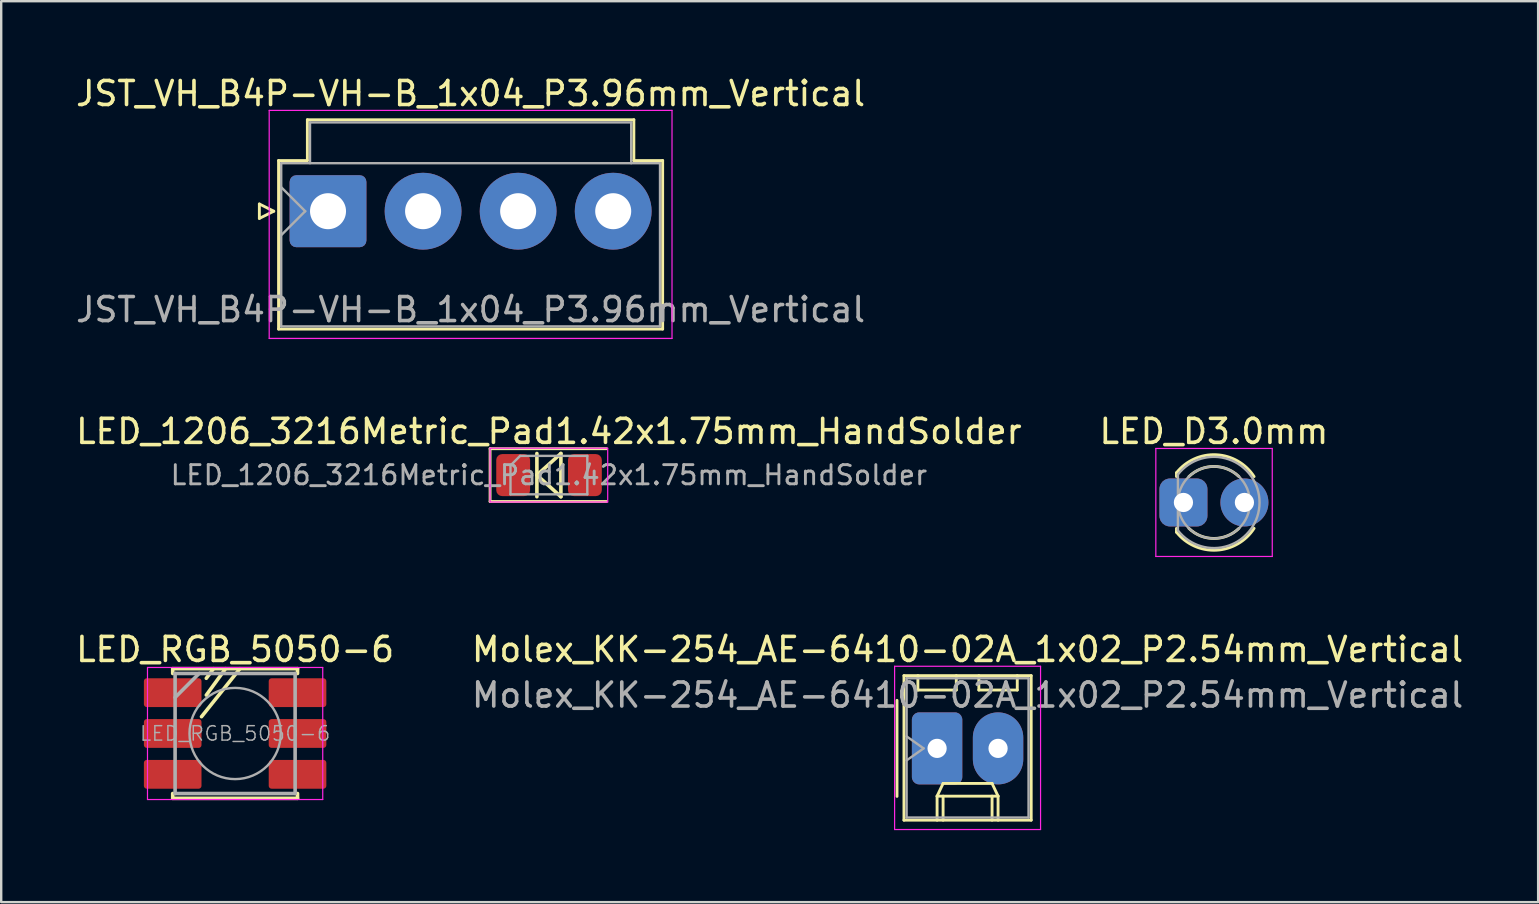
<source format=kicad_pcb>
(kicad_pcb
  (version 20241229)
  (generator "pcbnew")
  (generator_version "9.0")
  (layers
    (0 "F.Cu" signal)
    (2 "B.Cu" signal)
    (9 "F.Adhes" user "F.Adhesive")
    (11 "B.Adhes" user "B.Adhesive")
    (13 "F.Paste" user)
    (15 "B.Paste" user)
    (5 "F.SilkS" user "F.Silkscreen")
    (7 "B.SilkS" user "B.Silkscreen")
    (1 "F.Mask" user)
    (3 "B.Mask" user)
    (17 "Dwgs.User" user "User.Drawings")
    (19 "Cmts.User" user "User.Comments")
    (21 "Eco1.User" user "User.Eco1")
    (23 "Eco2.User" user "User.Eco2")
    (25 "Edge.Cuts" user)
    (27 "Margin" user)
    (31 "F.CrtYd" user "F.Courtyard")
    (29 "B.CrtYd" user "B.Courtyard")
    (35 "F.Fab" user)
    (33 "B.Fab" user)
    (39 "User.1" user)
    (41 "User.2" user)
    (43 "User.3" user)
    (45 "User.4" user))
  (footprint "LED_RGB_5050-6"
    (layer "F.Cu")
    (at 6.744 27.505)
    (property "Reference" "LED_RGB_5050-6" (at 0 -3.5 180) (layer "F.SilkS") (effects (font (size 1 1) (thickness 0.15))))
    (attr smd)
    (fp_line (start -2.6 -2.7) (end 2.6 -2.7) (stroke (width 0.15) (type solid)) (layer "F.SilkS"))
    (fp_line (start -2.6 -2.5) (end -2.6 -2.7) (stroke (width 0.15) (type solid)) (layer "F.SilkS"))
    (fp_line (start -2.6 2.7) (end -2.6 2.5) (stroke (width 0.15) (type solid)) (layer "F.SilkS"))
    (fp_line (start -0.9 -2.7) (end -1.2 -2.3) (stroke (width 0.15) (type solid)) (layer "F.SilkS"))
    (fp_line (start -0.4 -2.7) (end -1.2 -1.6) (stroke (width 0.15) (type solid)) (layer "F.SilkS"))
    (fp_line (start 0.2 -2.7) (end -1.4 -0.7) (stroke (width 0.15) (type solid)) (layer "F.SilkS"))
    (fp_line (start 2.6 -2.5) (end 2.6 -2.7) (stroke (width 0.15) (type solid)) (layer "F.SilkS"))
    (fp_line (start 2.6 2.7) (end -2.6 2.7) (stroke (width 0.15) (type solid)) (layer "F.SilkS"))
    (fp_line (start 2.6 2.7) (end 2.6 2.5) (stroke (width 0.15) (type solid)) (layer "F.SilkS"))
    (fp_line (start -3.65 -2.75) (end -3.65 2.75) (stroke (width 0.05) (type solid)) (layer "F.CrtYd"))
    (fp_line (start -3.65 2.75) (end 3.65 2.75) (stroke (width 0.05) (type solid)) (layer "F.CrtYd"))
    (fp_line (start 3.65 -2.75) (end -3.65 -2.75) (stroke (width 0.05) (type solid)) (layer "F.CrtYd"))
    (fp_line (start 3.65 2.75) (end 3.65 -2.75) (stroke (width 0.05) (type solid)) (layer "F.CrtYd"))
    (fp_line (start -2.5 -2.5) (end -2.5 2.5) (stroke (width 0.15) (type solid)) (layer "F.Fab"))
    (fp_line (start -2.5 -1.5) (end -1.5 -2.5) (stroke (width 0.15) (type solid)) (layer "F.Fab"))
    (fp_line (start -2.5 2.5) (end 2.5 2.5) (stroke (width 0.15) (type solid)) (layer "F.Fab"))
    (fp_line (start 2.5 -2.5) (end -2.5 -2.5) (stroke (width 0.15) (type solid)) (layer "F.Fab"))
    (fp_line (start 2.5 2.5) (end 2.5 -2.5) (stroke (width 0.15) (type solid)) (layer "F.Fab"))
    (fp_circle (center 0 0) (end 0 -1.9) (stroke (width 0.1) (type solid)) (fill no) (layer "F.Fab"))
    (fp_text user "${REFERENCE}" (at 0 0 0) (layer "F.Fab") (effects (font (size 0.6 0.6) (thickness 0.06))))
    (pad "1" smd roundrect (at -2.6 -1.7 90) (size 1.2 2.4) (layers "F.Cu" "F.Mask" "F.Paste") (roundrect_rratio 0.1))
    (pad "2" smd roundrect (at -2.6 0 90) (size 1.2 2.4) (layers "F.Cu" "F.Mask" "F.Paste") (roundrect_rratio 0.1))
    (pad "3" smd roundrect (at -2.6 1.7 90) (size 1.2 2.4) (layers "F.Cu" "F.Mask" "F.Paste") (roundrect_rratio 0.1))
    (pad "4" smd roundrect (at 2.6 1.7 90) (size 1.2 2.4) (layers "F.Cu" "F.Mask" "F.Paste") (roundrect_rratio 0.1))
    (pad "5" smd roundrect (at 2.6 0 90) (size 1.2 2.4) (layers "F.Cu" "F.Mask" "F.Paste") (roundrect_rratio 0.1))
    (pad "6" smd roundrect (at 2.6 -1.7 90) (size 1.2 2.4) (layers "F.Cu" "F.Mask" "F.Paste") (roundrect_rratio 0.1)))
  (footprint "Molex_KK-254_AE-6410-02A_1x02_P2.54mm_Vertical"
    (layer "F.Cu")
    (at 35.986 28.125)
    (property "Reference" "Molex_KK-254_AE-6410-02A_1x02_P2.54mm_Vertical" (at 1.27 -4.12 0) (layer "F.SilkS") (effects (font (size 1 1) (thickness 0.15))))
    (attr through_hole)
    (fp_line (start -1.67 -2) (end -1.67 2) (stroke (width 0.12) (type solid)) (layer "F.SilkS"))
    (fp_line (start -1.38 -3.03) (end -1.38 2.99) (stroke (width 0.12) (type solid)) (layer "F.SilkS"))
    (fp_line (start -1.38 2.99) (end 3.92 2.99) (stroke (width 0.12) (type solid)) (layer "F.SilkS"))
    (fp_line (start -0.8 -3.03) (end -0.8 -2.43) (stroke (width 0.12) (type solid)) (layer "F.SilkS"))
    (fp_line (start -0.8 -2.43) (end 0.8 -2.43) (stroke (width 0.12) (type solid)) (layer "F.SilkS"))
    (fp_line (start 0 1.99) (end 0.25 1.46) (stroke (width 0.12) (type solid)) (layer "F.SilkS"))
    (fp_line (start 0 1.99) (end 2.54 1.99) (stroke (width 0.12) (type solid)) (layer "F.SilkS"))
    (fp_line (start 0 2.99) (end 0 1.99) (stroke (width 0.12) (type solid)) (layer "F.SilkS"))
    (fp_line (start 0.25 1.46) (end 2.29 1.46) (stroke (width 0.12) (type solid)) (layer "F.SilkS"))
    (fp_line (start 0.25 2.99) (end 0.25 1.99) (stroke (width 0.12) (type solid)) (layer "F.SilkS"))
    (fp_line (start 0.8 -2.43) (end 0.8 -3.03) (stroke (width 0.12) (type solid)) (layer "F.SilkS"))
    (fp_line (start 1.74 -3.03) (end 1.74 -2.43) (stroke (width 0.12) (type solid)) (layer "F.SilkS"))
    (fp_line (start 1.74 -2.43) (end 3.34 -2.43) (stroke (width 0.12) (type solid)) (layer "F.SilkS"))
    (fp_line (start 2.29 1.46) (end 2.54 1.99) (stroke (width 0.12) (type solid)) (layer "F.SilkS"))
    (fp_line (start 2.29 2.99) (end 2.29 1.99) (stroke (width 0.12) (type solid)) (layer "F.SilkS"))
    (fp_line (start 2.54 1.99) (end 2.54 2.99) (stroke (width 0.12) (type solid)) (layer "F.SilkS"))
    (fp_line (start 3.34 -2.43) (end 3.34 -3.03) (stroke (width 0.12) (type solid)) (layer "F.SilkS"))
    (fp_line (start 3.92 -3.03) (end -1.38 -3.03) (stroke (width 0.12) (type solid)) (layer "F.SilkS"))
    (fp_line (start 3.92 2.99) (end 3.92 -3.03) (stroke (width 0.12) (type solid)) (layer "F.SilkS"))
    (fp_line (start -1.77 -3.42) (end -1.77 3.38) (stroke (width 0.05) (type solid)) (layer "F.CrtYd"))
    (fp_line (start -1.77 3.38) (end 4.31 3.38) (stroke (width 0.05) (type solid)) (layer "F.CrtYd"))
    (fp_line (start 4.31 -3.42) (end -1.77 -3.42) (stroke (width 0.05) (type solid)) (layer "F.CrtYd"))
    (fp_line (start 4.31 3.38) (end 4.31 -3.42) (stroke (width 0.05) (type solid)) (layer "F.CrtYd"))
    (fp_line (start -1.27 -2.92) (end -1.27 2.88) (stroke (width 0.1) (type solid)) (layer "F.Fab"))
    (fp_line (start -1.27 -0.5) (end -0.563 0) (stroke (width 0.1) (type solid)) (layer "F.Fab"))
    (fp_line (start -1.27 2.88) (end 3.81 2.88) (stroke (width 0.1) (type solid)) (layer "F.Fab"))
    (fp_line (start -0.563 0) (end -1.27 0.5) (stroke (width 0.1) (type solid)) (layer "F.Fab"))
    (fp_line (start 3.81 -2.92) (end -1.27 -2.92) (stroke (width 0.1) (type solid)) (layer "F.Fab"))
    (fp_line (start 3.81 2.88) (end 3.81 -2.92) (stroke (width 0.1) (type solid)) (layer "F.Fab"))
    (fp_text user "${REFERENCE}" (at 1.27 -2.22 0) (layer "F.Fab") (effects (font (size 1 1) (thickness 0.15))))
    (pad "1" thru_hole roundrect (at 0 0) (size 2.1 3) (drill 0.8) (layers "*.Cu" "*.Mask") (roundrect_rratio 0.144))
    (pad "2" thru_hole oval (at 2.54 0) (size 2.1 3) (drill 0.8) (layers "*.Cu" "*.Mask")))
  (footprint "LED_D3.0mm"
    (layer "F.Cu")
    (at 46.248 17.881)
    (property "Reference" "LED_D3.0mm" (at 1.27 -2.96 0) (layer "F.SilkS") (effects (font (size 1 1) (thickness 0.15))))
    (attr through_hole)
    (fp_line (start -0.29 -1.236) (end -0.29 -1.08) (stroke (width 0.12) (type solid)) (layer "F.SilkS"))
    (fp_line (start -0.29 1.08) (end -0.29 1.236) (stroke (width 0.12) (type solid)) (layer "F.SilkS"))
    (fp_arc (start -0.29 -1.235516) (mid 1.366487 -1.987659) (end 2.942335 -1.078608) (stroke (width 0.12) (type solid)) (layer "F.SilkS"))
    (fp_arc (start 0.229039 -1.08) (mid 1.270117 -1.5) (end 2.31113 -1.079837) (stroke (width 0.12) (type solid)) (layer "F.SilkS"))
    (fp_arc (start 2.31113 1.079837) (mid 1.270117 1.5) (end 0.229039 1.08) (stroke (width 0.12) (type solid)) (layer "F.SilkS"))
    (fp_arc (start 2.942335 1.078608) (mid 1.366487 1.987659) (end -0.29 1.235516) (stroke (width 0.12) (type solid)) (layer "F.SilkS"))
    (fp_line (start -1.15 -2.25) (end -1.15 2.25) (stroke (width 0.05) (type solid)) (layer "F.CrtYd"))
    (fp_line (start -1.15 2.25) (end 3.7 2.25) (stroke (width 0.05) (type solid)) (layer "F.CrtYd"))
    (fp_line (start 3.7 -2.25) (end -1.15 -2.25) (stroke (width 0.05) (type solid)) (layer "F.CrtYd"))
    (fp_line (start 3.7 2.25) (end 3.7 -2.25) (stroke (width 0.05) (type solid)) (layer "F.CrtYd"))
    (fp_line (start -0.23 -1.166) (end -0.23 1.166) (stroke (width 0.1) (type solid)) (layer "F.Fab"))
    (fp_arc (start -0.23 -1.16619) (mid 3.17 0.000452) (end -0.230555 1.165476) (stroke (width 0.1) (type solid)) (layer "F.Fab"))
    (fp_circle (center 1.27 0) (end 2.77 0) (stroke (width 0.1) (type solid)) (fill no) (layer "F.Fab"))
    (pad "A" thru_hole roundrect (at 0 0) (size 2 2) (drill 0.8) (layers "*.Cu" "*.Mask") (roundrect_rratio 0.22))
    (pad "K" thru_hole oval (at 2.54 0) (size 2 2) (drill 0.8) (layers "*.Cu" "*.Mask")))
  (footprint "JST_VH_B4P-VH-B_1x04_P3.96mm_Vertical"
    (layer "F.Cu")
    (at 16.574 5.848)
    (property "Reference" "JST_VH_B4P-VH-B_1x04_P3.96mm_Vertical" (at -0.02 -5 0) (layer "F.SilkS") (effects (font (size 1 1) (thickness 0.15))))
    (attr through_hole)
    (fp_line (start -8.82 -0.4) (end -8.22 -0.1) (stroke (width 0.12) (type solid)) (layer "F.SilkS"))
    (fp_line (start -8.82 0.2) (end -8.82 -0.4) (stroke (width 0.12) (type solid)) (layer "F.SilkS"))
    (fp_line (start -8.22 -0.1) (end -8.82 0.2) (stroke (width 0.12) (type solid)) (layer "F.SilkS"))
    (fp_line (start -8.02 -2.21) (end -6.82 -2.21) (stroke (width 0.12) (type solid)) (layer "F.SilkS"))
    (fp_line (start -8.02 4.81) (end -8.02 -2.21) (stroke (width 0.12) (type solid)) (layer "F.SilkS"))
    (fp_line (start -6.82 -3.91) (end 6.78 -3.91) (stroke (width 0.12) (type solid)) (layer "F.SilkS"))
    (fp_line (start -6.82 -2.21) (end -6.82 -3.91) (stroke (width 0.12) (type solid)) (layer "F.SilkS"))
    (fp_line (start 6.78 -3.91) (end 6.78 -2.21) (stroke (width 0.12) (type solid)) (layer "F.SilkS"))
    (fp_line (start 6.78 -2.21) (end 7.98 -2.21) (stroke (width 0.12) (type solid)) (layer "F.SilkS"))
    (fp_line (start 7.98 -2.21) (end 7.98 4.81) (stroke (width 0.12) (type solid)) (layer "F.SilkS"))
    (fp_line (start 7.98 4.81) (end -8.02 4.81) (stroke (width 0.12) (type solid)) (layer "F.SilkS"))
    (fp_line (start -8.41 -4.3) (end -8.41 5.2) (stroke (width 0.05) (type solid)) (layer "F.CrtYd"))
    (fp_line (start -8.41 5.2) (end 8.37 5.2) (stroke (width 0.05) (type solid)) (layer "F.CrtYd"))
    (fp_line (start 8.37 -4.3) (end -8.41 -4.3) (stroke (width 0.05) (type solid)) (layer "F.CrtYd"))
    (fp_line (start 8.37 5.2) (end 8.37 -4.3) (stroke (width 0.05) (type solid)) (layer "F.CrtYd"))
    (fp_line (start -7.91 -2.1) (end -7.91 4.7) (stroke (width 0.1) (type solid)) (layer "F.Fab"))
    (fp_line (start -7.91 -1.1) (end -6.91 -0.1) (stroke (width 0.1) (type solid)) (layer "F.Fab"))
    (fp_line (start -7.91 0.9) (end -6.91 -0.1) (stroke (width 0.1) (type solid)) (layer "F.Fab"))
    (fp_line (start -7.91 4.7) (end 7.87 4.7) (stroke (width 0.1) (type solid)) (layer "F.Fab"))
    (fp_line (start -6.71 -3.8) (end 6.67 -3.8) (stroke (width 0.1) (type solid)) (layer "F.Fab"))
    (fp_line (start -6.71 -2.1) (end -6.71 -3.8) (stroke (width 0.1) (type solid)) (layer "F.Fab"))
    (fp_line (start 6.67 -3.8) (end 6.67 -2.1) (stroke (width 0.1) (type solid)) (layer "F.Fab"))
    (fp_line (start 7.87 -2.1) (end -7.91 -2.1) (stroke (width 0.1) (type solid)) (layer "F.Fab"))
    (fp_line (start 7.87 4.7) (end 7.87 -2.1) (stroke (width 0.1) (type solid)) (layer "F.Fab"))
    (fp_text user "${REFERENCE}" (at -0.02 4 0) (layer "F.Fab") (effects (font (size 1 1) (thickness 0.15))))
    (pad "1" thru_hole roundrect (at -5.96 -0.1) (size 3.2 3) (drill 1.5) (layers "*.Cu" "*.Mask") (roundrect_rratio 0.093))
    (pad "2" thru_hole circle (at -2 -0.1) (size 3.2 3.2) (drill 1.5) (layers "*.Cu" "*.Mask"))
    (pad "3" thru_hole circle (at 1.96 -0.1) (size 3.2 3.2) (drill 1.5) (layers "*.Cu" "*.Mask"))
    (pad "4" thru_hole circle (at 5.92 -0.1) (size 3.2 3.2) (drill 1.5) (layers "*.Cu" "*.Mask")))
  (footprint "LED_1206_3216Metric_Pad1.42x1.75mm_HandSolder"
    (layer "F.Cu")
    (at 19.815 16.741)
    (property "Reference" "LED_1206_3216Metric_Pad1.42x1.75mm_HandSolder" (at 0 -1.82 180) (layer "F.SilkS") (effects (font (size 1 1) (thickness 0.15))))
    (attr smd)
    (fp_line (start -2.45 -1.1) (end -2.45 1.1) (stroke (width 0.12) (type solid)) (layer "F.SilkS"))
    (fp_line (start -2.45 1.1) (end 2.4 1.1) (stroke (width 0.12) (type solid)) (layer "F.SilkS"))
    (fp_line (start -0.5 0) (end 0.5 0.9) (stroke (width 0.15) (type solid)) (layer "F.SilkS"))
    (fp_line (start -0.5 0.9) (end -0.5 -0.9) (stroke (width 0.15) (type solid)) (layer "F.SilkS"))
    (fp_line (start 0.5 -0.9) (end -0.5 0) (stroke (width 0.15) (type solid)) (layer "F.SilkS"))
    (fp_line (start 0.5 0.9) (end 0.5 -0.9) (stroke (width 0.15) (type solid)) (layer "F.SilkS"))
    (fp_line (start 2.4 -1.1) (end -2.45 -1.1) (stroke (width 0.12) (type solid)) (layer "F.SilkS"))
    (fp_line (start -2.45 -1.12) (end 2.45 -1.12) (stroke (width 0.05) (type solid)) (layer "F.CrtYd"))
    (fp_line (start -2.45 1.12) (end -2.45 -1.12) (stroke (width 0.05) (type solid)) (layer "F.CrtYd"))
    (fp_line (start 2.45 -1.12) (end 2.45 1.12) (stroke (width 0.05) (type solid)) (layer "F.CrtYd"))
    (fp_line (start 2.45 1.12) (end -2.45 1.12) (stroke (width 0.05) (type solid)) (layer "F.CrtYd"))
    (fp_line (start -1.6 -0.4) (end -1.6 0.8) (stroke (width 0.1) (type solid)) (layer "F.Fab"))
    (fp_line (start -1.6 0.8) (end 1.6 0.8) (stroke (width 0.1) (type solid)) (layer "F.Fab"))
    (fp_line (start -1.2 -0.8) (end -1.6 -0.4) (stroke (width 0.1) (type solid)) (layer "F.Fab"))
    (fp_line (start 1.6 -0.8) (end -1.2 -0.8) (stroke (width 0.1) (type solid)) (layer "F.Fab"))
    (fp_line (start 1.6 0.8) (end 1.6 -0.8) (stroke (width 0.1) (type solid)) (layer "F.Fab"))
    (fp_text user "${REFERENCE}" (at 0 0 180) (layer "F.Fab") (effects (font (size 0.8 0.8) (thickness 0.12))))
    (pad "1" smd roundrect (at -1.488 0) (size 1.41 1.75) (layers "F.Cu" "F.Mask" "F.Paste") (roundrect_rratio 0.175))
    (pad "2" smd roundrect (at 1.5 0) (size 1.41 1.75) (layers "F.Cu" "F.Mask" "F.Paste") (roundrect_rratio 0.175)))
  (gr_rect
    (start -3 -3)
    (end 61.024 34.53)
    (stroke (width 0.1) (type default))
    (fill no)
    (layer "Edge.Cuts")))
</source>
